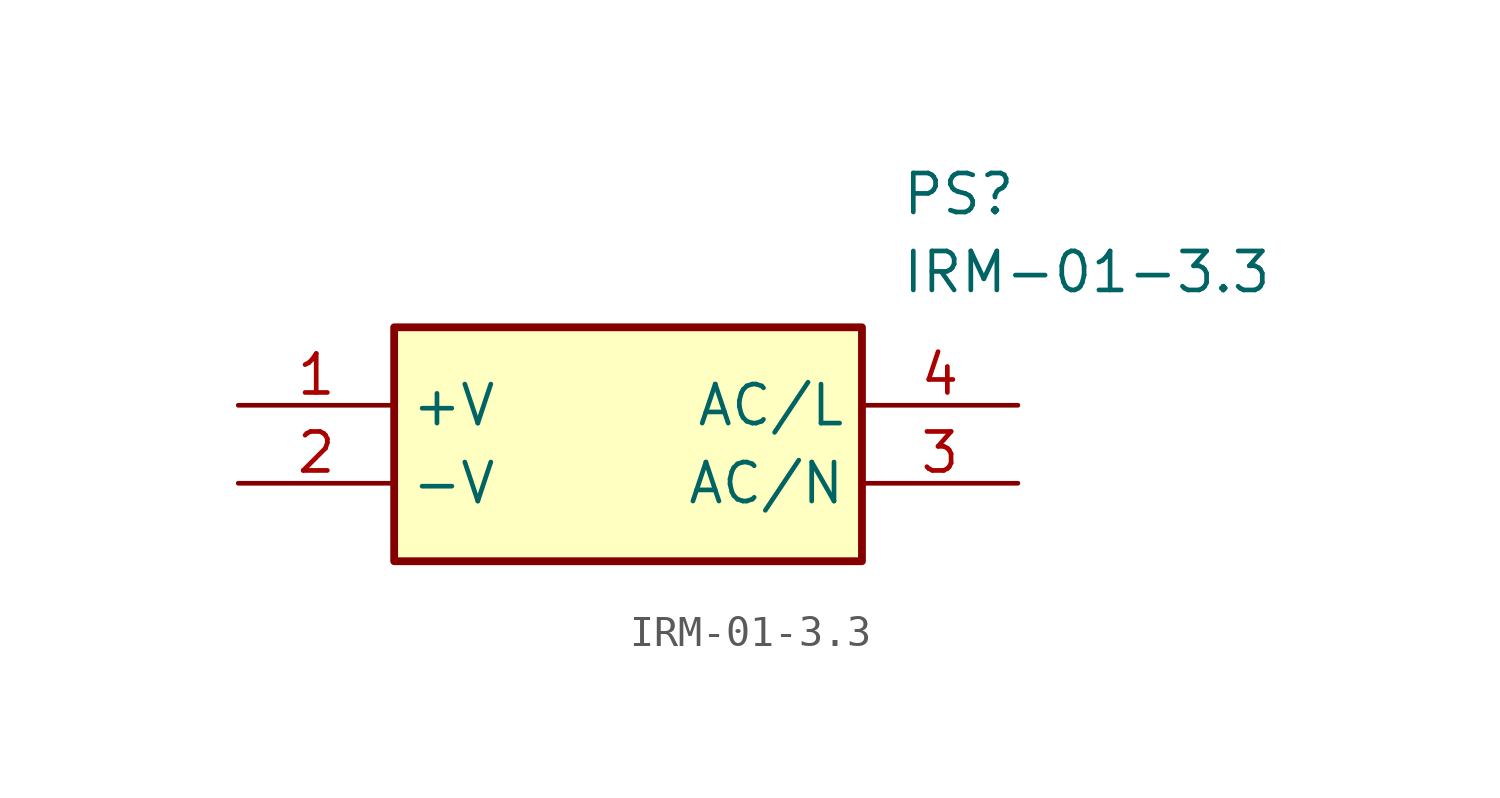
<source format=kicad_sym>
(kicad_symbol_lib
  (version 20211014)
  (generator SamacSys_ECAD_Model)
  (symbol "IRM-01-3.3"
    (property "Reference" "PS"
      (at 21.59 7.62 0)
      (effects (font (size 1.27 1.27)) (justify left top)))
    (property "Value" "IRM-01-3.3"
      (at 21.59 5.08 0)
      (effects (font (size 1.27 1.27)) (justify left top)))
    (rectangle
      (start 5.08 2.54)
      (end 20.32 -5.08)
      (stroke (width 0.254) (type default))
      (fill (type background)))
    (pin passive line
      (at 0 0 0)
      (length 5.08)
      (name "+V" (effects (font (size 1.27 1.27))))
      (number "1" (effects (font (size 1.27 1.27)))))
    (pin passive line
      (at 0 -2.54 0)
      (length 5.08)
      (name "-V" (effects (font (size 1.27 1.27))))
      (number "2" (effects (font (size 1.27 1.27)))))
    (pin passive line
      (at 25.4 -2.54 180)
      (length 5.08)
      (name "AC/N" (effects (font (size 1.27 1.27))))
      (number "3" (effects (font (size 1.27 1.27)))))
    (pin passive line
      (at 25.4 0 180)
      (length 5.08)
      (name "AC/L" (effects (font (size 1.27 1.27))))
      (number "4" (effects (font (size 1.27 1.27)))))))
</source>
